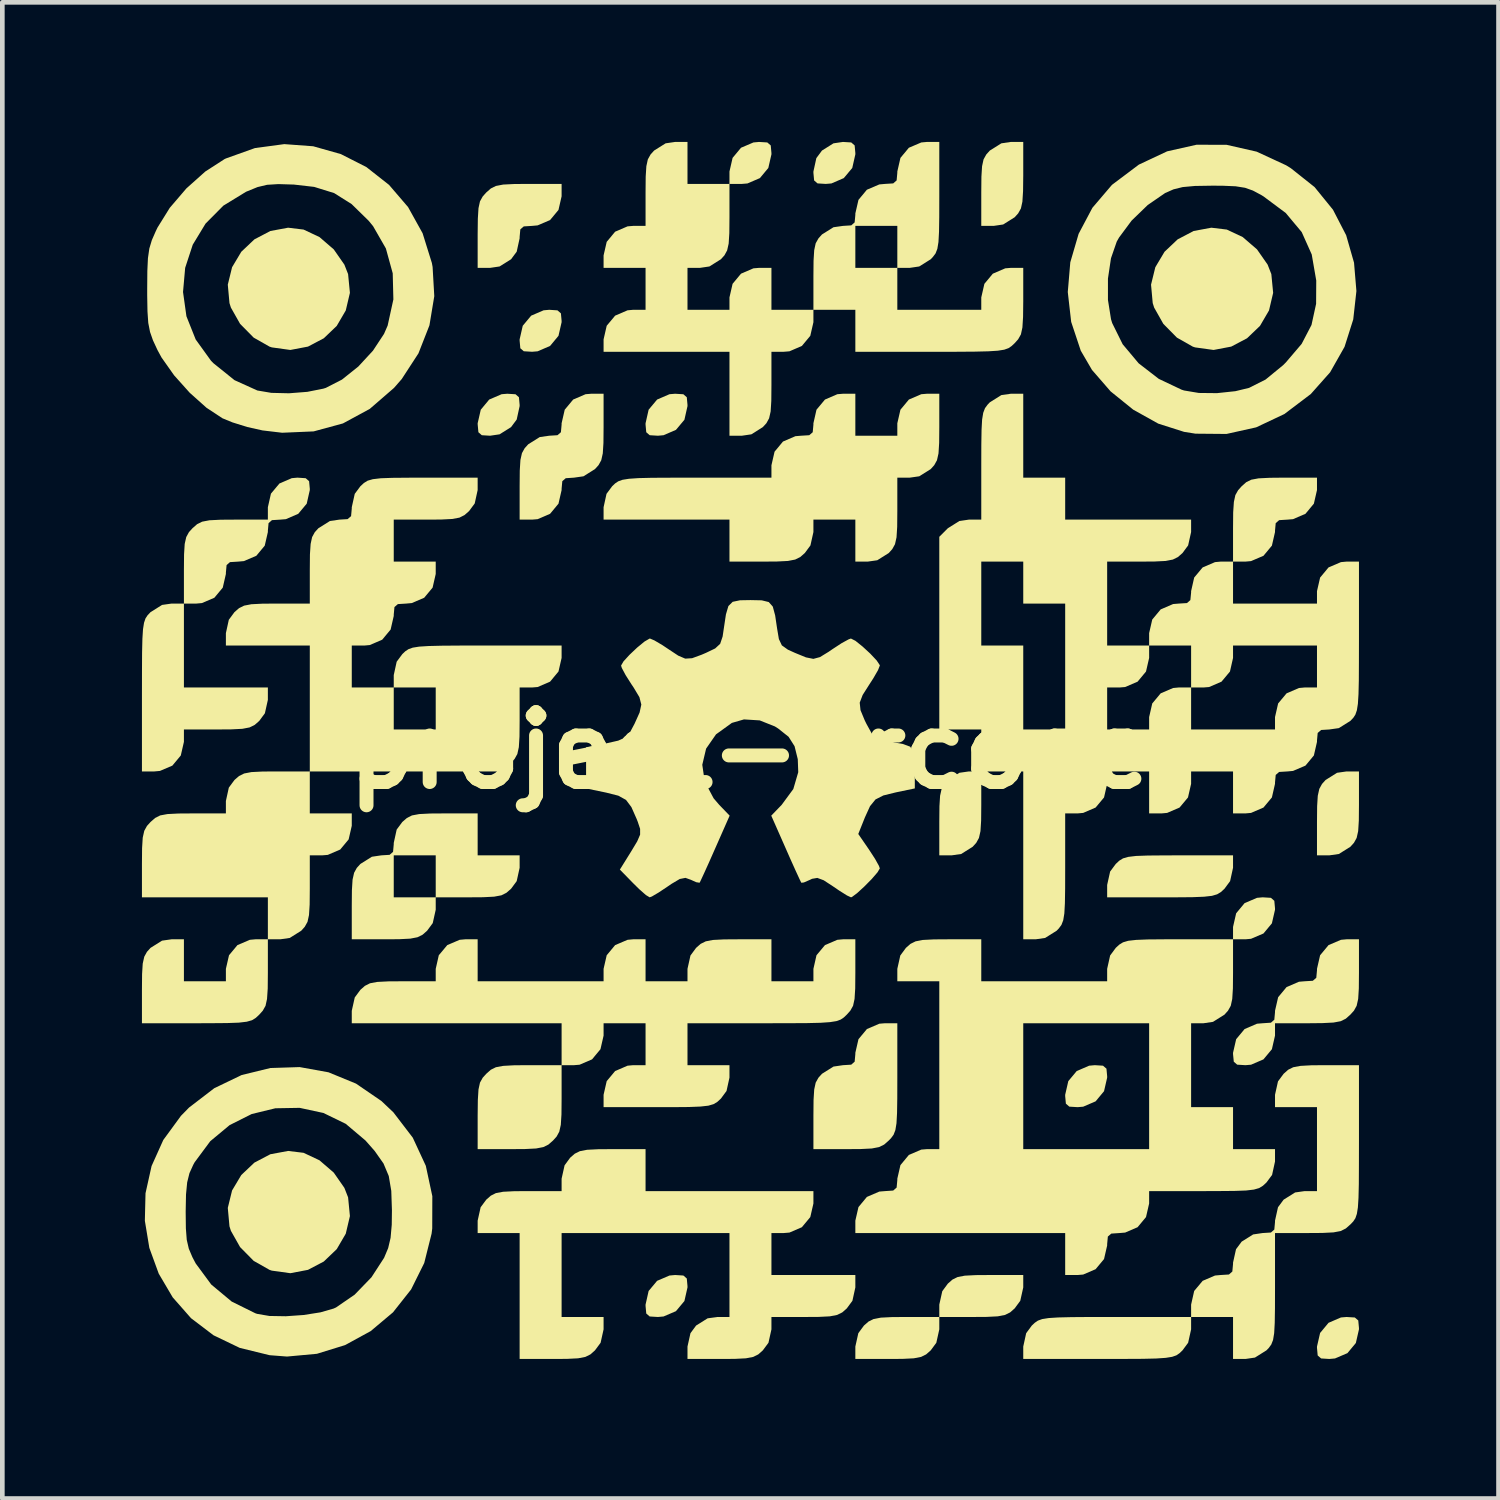
<source format=kicad_pcb>
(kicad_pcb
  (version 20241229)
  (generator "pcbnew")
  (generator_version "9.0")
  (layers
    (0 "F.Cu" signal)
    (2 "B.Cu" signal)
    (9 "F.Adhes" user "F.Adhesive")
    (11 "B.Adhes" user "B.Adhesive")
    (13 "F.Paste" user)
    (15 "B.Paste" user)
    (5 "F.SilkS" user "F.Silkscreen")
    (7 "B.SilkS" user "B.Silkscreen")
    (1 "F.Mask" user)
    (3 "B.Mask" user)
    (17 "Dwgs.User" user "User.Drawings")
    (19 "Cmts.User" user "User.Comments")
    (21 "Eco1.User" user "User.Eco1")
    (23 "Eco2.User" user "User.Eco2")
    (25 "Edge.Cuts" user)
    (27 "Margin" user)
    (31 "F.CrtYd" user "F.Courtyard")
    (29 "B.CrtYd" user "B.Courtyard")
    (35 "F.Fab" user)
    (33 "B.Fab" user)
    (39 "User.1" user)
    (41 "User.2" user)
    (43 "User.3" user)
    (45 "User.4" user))
  (footprint "project-qrcode"
    (layer "F.Cu")
    (at 13.076 13.076)
    (property "Reference" "project-qrcode" (at 0 0 0) (layer "F.SilkS") (effects (font (size 1.5 1.5) (thickness 0.3))))
    (attr board_only exclude_from_pos_files exclude_from_bom)
    (fp_poly (pts (xy -5.048 -7.654) (xy -4.975 -7.59) (xy -4.96 -7.427) (xy -4.96 -7.399) (xy -5.023 -7.111) (xy -5.144 -6.948) (xy -5.391 -6.793) (xy -5.595 -6.763) (xy -5.773 -6.774) (xy -5.846 -6.838) (xy -5.861 -7.001) (xy -5.862 -7.03) (xy -5.795 -7.322) (xy -5.614 -7.54) (xy -5.347 -7.655) (xy -5.226 -7.665)) (stroke (width 0) (type solid)) (fill yes) (layer "F.SilkS"))
    (fp_poly (pts (xy -4.147 -9.457) (xy -4.073 -9.393) (xy -4.058 -9.231) (xy -4.058 -9.202) (xy -4.125 -8.91) (xy -4.306 -8.692) (xy -4.573 -8.577) (xy -4.693 -8.567) (xy -4.871 -8.578) (xy -4.945 -8.642) (xy -4.96 -8.805) (xy -4.96 -8.833) (xy -4.893 -9.126) (xy -4.712 -9.343) (xy -4.445 -9.458) (xy -4.324 -9.469)) (stroke (width 0) (type solid)) (fill yes) (layer "F.SilkS"))
    (fp_poly (pts (xy -1.441 -7.654) (xy -1.368 -7.59) (xy -1.353 -7.427) (xy -1.353 -7.399) (xy -1.419 -7.106) (xy -1.601 -6.889) (xy -1.867 -6.774) (xy -1.988 -6.763) (xy -2.166 -6.774) (xy -2.239 -6.838) (xy -2.254 -7.001) (xy -2.254 -7.03) (xy -2.188 -7.322) (xy -2.006 -7.54) (xy -1.74 -7.655) (xy -1.619 -7.665)) (stroke (width 0) (type solid)) (fill yes) (layer "F.SilkS"))
    (fp_poly (pts (xy -1.441 11.283) (xy -1.368 11.347) (xy -1.353 11.51) (xy -1.353 11.539) (xy -1.419 11.831) (xy -1.601 12.049) (xy -1.867 12.163) (xy -1.988 12.174) (xy -2.166 12.163) (xy -2.239 12.099) (xy -2.254 11.936) (xy -2.254 11.908) (xy -2.188 11.615) (xy -2.006 11.397) (xy -1.74 11.283) (xy -1.619 11.272)) (stroke (width 0) (type solid)) (fill yes) (layer "F.SilkS"))
    (fp_poly (pts (xy 2.166 -13.065) (xy 2.239 -13.001) (xy 2.254 -12.838) (xy 2.254 -12.809) (xy 2.188 -12.517) (xy 2.006 -12.299) (xy 1.74 -12.184) (xy 1.619 -12.174) (xy 1.441 -12.185) (xy 1.368 -12.249) (xy 1.353 -12.412) (xy 1.353 -12.44) (xy 1.416 -12.728) (xy 1.537 -12.891) (xy 1.784 -13.046) (xy 1.988 -13.076)) (stroke (width 0) (type solid)) (fill yes) (layer "F.SilkS"))
    (fp_poly (pts (xy 7.576 6.774) (xy 7.65 6.838) (xy 7.665 7.001) (xy 7.665 7.03) (xy 7.598 7.322) (xy 7.417 7.54) (xy 7.15 7.655) (xy 7.03 7.665) (xy 6.852 7.654) (xy 6.778 7.59) (xy 6.763 7.427) (xy 6.763 7.399) (xy 6.83 7.106) (xy 7.011 6.889) (xy 7.278 6.774) (xy 7.399 6.763)) (stroke (width 0) (type solid)) (fill yes) (layer "F.SilkS"))
    (fp_poly (pts (xy 12.987 12.185) (xy 13.061 12.249) (xy 13.076 12.412) (xy 13.076 12.44) (xy 13.009 12.733) (xy 12.828 12.951) (xy 12.561 13.065) (xy 12.44 13.076) (xy 12.263 13.065) (xy 12.189 13.001) (xy 12.174 12.838) (xy 12.174 12.809) (xy 12.241 12.517) (xy 12.422 12.299) (xy 12.689 12.184) (xy 12.809 12.174)) (stroke (width 0) (type solid)) (fill yes) (layer "F.SilkS"))
    (fp_poly (pts (xy 5.862 -12.358) (xy 5.858 -12.019) (xy 5.844 -11.794) (xy 5.812 -11.647) (xy 5.753 -11.541) (xy 5.677 -11.457) (xy 5.43 -11.302) (xy 5.226 -11.272) (xy 4.96 -11.272) (xy 4.96 -11.99) (xy 4.963 -12.329) (xy 4.977 -12.554) (xy 5.009 -12.701) (xy 5.068 -12.807) (xy 5.144 -12.891) (xy 5.391 -13.046) (xy 5.595 -13.076) (xy 5.862 -13.076)) (stroke (width 0) (type solid)) (fill yes) (layer "F.SilkS"))
    (fp_poly (pts (xy 13.076 1.168) (xy 13.073 1.508) (xy 13.059 1.733) (xy 13.026 1.88) (xy 12.968 1.985) (xy 12.891 2.07) (xy 12.644 2.225) (xy 12.44 2.254) (xy 12.174 2.254) (xy 12.174 1.537) (xy 12.177 1.198) (xy 12.191 0.973) (xy 12.224 0.825) (xy 12.282 0.72) (xy 12.358 0.635) (xy 12.605 0.48) (xy 12.809 0.451) (xy 13.076 0.451)) (stroke (width 0) (type solid)) (fill yes) (layer "F.SilkS"))
    (fp_poly (pts (xy 10.37 2.521) (xy 10.307 2.808) (xy 10.186 2.972) (xy 10.11 3.042) (xy 10.029 3.091) (xy 9.917 3.124) (xy 9.748 3.143) (xy 9.496 3.153) (xy 9.137 3.156) (xy 8.833 3.156) (xy 7.665 3.156) (xy 7.665 2.89) (xy 7.729 2.602) (xy 7.85 2.439) (xy 7.925 2.369) (xy 8.006 2.319) (xy 8.118 2.287) (xy 8.287 2.267) (xy 8.539 2.258) (xy 8.899 2.255) (xy 9.202 2.254) (xy 10.37 2.254)) (stroke (width 0) (type solid)) (fill yes) (layer "F.SilkS"))
    (fp_poly (pts (xy -9.603 -11.193) (xy -9.261 -11.032) (xy -8.954 -10.767) (xy -8.726 -10.44) (xy -8.646 -10.236) (xy -8.607 -9.833) (xy -8.696 -9.455) (xy -8.89 -9.123) (xy -9.168 -8.857) (xy -9.508 -8.678) (xy -9.887 -8.606) (xy -10.284 -8.661) (xy -10.333 -8.677) (xy -10.675 -8.871) (xy -10.967 -9.167) (xy -11.164 -9.516) (xy -11.195 -9.613) (xy -11.231 -10.009) (xy -11.139 -10.384) (xy -10.941 -10.716) (xy -10.66 -10.982) (xy -10.317 -11.162) (xy -9.935 -11.233)) (stroke (width 0) (type solid)) (fill yes) (layer "F.SilkS"))
    (fp_poly (pts (xy -9.603 8.646) (xy -9.261 8.807) (xy -8.954 9.072) (xy -8.726 9.399) (xy -8.646 9.603) (xy -8.607 10.006) (xy -8.696 10.384) (xy -8.89 10.716) (xy -9.168 10.982) (xy -9.508 11.161) (xy -9.887 11.233) (xy -10.284 11.178) (xy -10.333 11.162) (xy -10.675 10.968) (xy -10.967 10.672) (xy -11.164 10.323) (xy -11.195 10.226) (xy -11.231 9.83) (xy -11.139 9.455) (xy -10.941 9.123) (xy -10.66 8.857) (xy -10.317 8.677) (xy -9.935 8.606)) (stroke (width 0) (type solid)) (fill yes) (layer "F.SilkS"))
    (fp_poly (pts (xy 10.236 -11.193) (xy 10.578 -11.032) (xy 10.885 -10.767) (xy 11.113 -10.44) (xy 11.193 -10.236) (xy 11.232 -9.833) (xy 11.143 -9.455) (xy 10.949 -9.123) (xy 10.671 -8.857) (xy 10.331 -8.678) (xy 9.952 -8.606) (xy 9.555 -8.661) (xy 9.506 -8.677) (xy 9.164 -8.871) (xy 8.872 -9.167) (xy 8.675 -9.516) (xy 8.644 -9.613) (xy 8.608 -10.009) (xy 8.7 -10.384) (xy 8.898 -10.716) (xy 9.179 -10.982) (xy 9.522 -11.162) (xy 9.904 -11.233)) (stroke (width 0) (type solid)) (fill yes) (layer "F.SilkS"))
    (fp_poly (pts (xy -4.058 -11.908) (xy -4.125 -11.615) (xy -4.306 -11.397) (xy -4.573 -11.283) (xy -4.693 -11.272) (xy -4.871 -11.261) (xy -4.945 -11.197) (xy -4.96 -11.034) (xy -4.96 -11.006) (xy -5.023 -10.718) (xy -5.144 -10.555) (xy -5.391 -10.4) (xy -5.595 -10.37) (xy -5.862 -10.37) (xy -5.862 -11.088) (xy -5.858 -11.427) (xy -5.844 -11.652) (xy -5.812 -11.799) (xy -5.753 -11.905) (xy -5.677 -11.99) (xy -5.579 -12.076) (xy -5.47 -12.13) (xy -5.314 -12.16) (xy -5.074 -12.172) (xy -4.775 -12.174) (xy -4.058 -12.174)) (stroke (width 0) (type solid)) (fill yes) (layer "F.SilkS"))
    (fp_poly (pts (xy 3.156 7.03) (xy 3.155 7.473) (xy 3.15 7.792) (xy 3.138 8.012) (xy 3.114 8.158) (xy 3.076 8.257) (xy 3.02 8.333) (xy 2.972 8.382) (xy 2.873 8.469) (xy 2.764 8.523) (xy 2.608 8.553) (xy 2.369 8.565) (xy 2.07 8.567) (xy 1.353 8.567) (xy 1.353 7.85) (xy 1.356 7.51) (xy 1.37 7.285) (xy 1.402 7.138) (xy 1.461 7.032) (xy 1.537 6.948) (xy 1.784 6.793) (xy 1.988 6.763) (xy 2.166 6.752) (xy 2.239 6.688) (xy 2.254 6.525) (xy 2.254 6.497) (xy 2.321 6.205) (xy 2.502 5.987) (xy 2.769 5.872) (xy 2.89 5.862) (xy 3.156 5.862)) (stroke (width 0) (type solid)) (fill yes) (layer "F.SilkS"))
    (fp_poly (pts (xy -3.156 -6.948) (xy -3.159 -6.608) (xy -3.173 -6.383) (xy -3.206 -6.236) (xy -3.264 -6.131) (xy -3.341 -6.046) (xy -3.588 -5.891) (xy -3.792 -5.862) (xy -3.969 -5.85) (xy -4.043 -5.786) (xy -4.058 -5.624) (xy -4.058 -5.595) (xy -4.125 -5.303) (xy -4.306 -5.085) (xy -4.573 -4.97) (xy -4.693 -4.96) (xy -4.96 -4.96) (xy -4.96 -5.677) (xy -4.957 -6.016) (xy -4.943 -6.242) (xy -4.91 -6.389) (xy -4.852 -6.494) (xy -4.775 -6.579) (xy -4.528 -6.734) (xy -4.324 -6.763) (xy -4.147 -6.774) (xy -4.073 -6.838) (xy -4.058 -7.001) (xy -4.058 -7.03) (xy -3.991 -7.322) (xy -3.81 -7.54) (xy -3.543 -7.655) (xy -3.423 -7.665) (xy -3.156 -7.665)) (stroke (width 0) (type solid)) (fill yes) (layer "F.SilkS"))
    (fp_poly (pts (xy 5.862 11.539) (xy 5.798 11.826) (xy 5.677 11.99) (xy 5.579 12.076) (xy 5.47 12.13) (xy 5.314 12.16) (xy 5.074 12.172) (xy 4.775 12.174) (xy 4.058 12.174) (xy 4.058 12.44) (xy 3.994 12.728) (xy 3.874 12.891) (xy 3.775 12.978) (xy 3.666 13.032) (xy 3.51 13.062) (xy 3.271 13.074) (xy 2.972 13.076) (xy 2.254 13.076) (xy 2.254 12.809) (xy 2.318 12.522) (xy 2.439 12.358) (xy 2.537 12.272) (xy 2.646 12.218) (xy 2.802 12.188) (xy 3.042 12.176) (xy 3.341 12.174) (xy 4.058 12.174) (xy 4.058 11.908) (xy 4.122 11.62) (xy 4.242 11.457) (xy 4.341 11.37) (xy 4.45 11.316) (xy 4.606 11.286) (xy 4.845 11.274) (xy 5.144 11.272) (xy 5.862 11.272)) (stroke (width 0) (type solid)) (fill yes) (layer "F.SilkS"))
    (fp_poly (pts (xy 13.076 4.775) (xy 13.073 5.115) (xy 13.059 5.34) (xy 13.026 5.487) (xy 12.968 5.592) (xy 12.891 5.677) (xy 12.793 5.764) (xy 12.684 5.818) (xy 12.528 5.847) (xy 12.289 5.859) (xy 11.99 5.862) (xy 11.272 5.862) (xy 11.272 6.128) (xy 11.205 6.42) (xy 11.024 6.638) (xy 10.757 6.753) (xy 10.637 6.763) (xy 10.459 6.752) (xy 10.386 6.688) (xy 10.37 6.525) (xy 10.37 6.497) (xy 10.437 6.205) (xy 10.618 5.987) (xy 10.885 5.872) (xy 11.006 5.862) (xy 11.184 5.85) (xy 11.257 5.786) (xy 11.272 5.624) (xy 11.272 5.595) (xy 11.339 5.303) (xy 11.52 5.085) (xy 11.787 4.97) (xy 11.908 4.96) (xy 12.085 4.949) (xy 12.159 4.885) (xy 12.174 4.722) (xy 12.174 4.693) (xy 12.241 4.401) (xy 12.422 4.183) (xy 12.689 4.069) (xy 12.809 4.058) (xy 13.076 4.058)) (stroke (width 0) (type solid)) (fill yes) (layer "F.SilkS"))
    (fp_poly (pts (xy -5.862 1.804) (xy -5.862 2.254) (xy -5.411 2.254) (xy -4.96 2.254) (xy -4.96 2.521) (xy -5.023 2.808) (xy -5.144 2.972) (xy -5.243 3.058) (xy -5.352 3.113) (xy -5.508 3.142) (xy -5.747 3.154) (xy -6.046 3.156) (xy -6.763 3.156) (xy -6.763 3.423) (xy -6.827 3.71) (xy -6.948 3.874) (xy -7.046 3.96) (xy -7.155 4.014) (xy -7.311 4.044) (xy -7.55 4.056) (xy -7.85 4.058) (xy -8.567 4.058) (xy -8.567 3.341) (xy -8.564 3.001) (xy -8.55 2.776) (xy -8.534 2.705) (xy -7.665 2.705) (xy -7.665 3.156) (xy -7.214 3.156) (xy -6.763 3.156) (xy -6.763 2.705) (xy -6.763 2.254) (xy -7.214 2.254) (xy -7.665 2.254) (xy -7.665 2.705) (xy -8.534 2.705) (xy -8.517 2.629) (xy -8.459 2.524) (xy -8.382 2.439) (xy -8.135 2.284) (xy -7.932 2.254) (xy -7.754 2.243) (xy -7.68 2.179) (xy -7.665 2.016) (xy -7.665 1.988) (xy -7.602 1.7) (xy -7.481 1.537) (xy -7.382 1.451) (xy -7.273 1.396) (xy -7.117 1.367) (xy -6.878 1.355) (xy -6.579 1.353) (xy -5.862 1.353)) (stroke (width 0) (type solid)) (fill yes) (layer "F.SilkS"))
    (fp_poly (pts (xy 2.254 -7.214) (xy 2.254 -6.763) (xy 2.705 -6.763) (xy 3.156 -6.763) (xy 3.156 -7.03) (xy 3.223 -7.322) (xy 3.404 -7.54) (xy 3.671 -7.655) (xy 3.792 -7.665) (xy 4.058 -7.665) (xy 4.058 -6.948) (xy 4.055 -6.608) (xy 4.041 -6.383) (xy 4.008 -6.236) (xy 3.95 -6.131) (xy 3.874 -6.046) (xy 3.627 -5.891) (xy 3.423 -5.862) (xy 3.156 -5.862) (xy 3.156 -5.144) (xy 3.153 -4.805) (xy 3.139 -4.58) (xy 3.106 -4.432) (xy 3.048 -4.327) (xy 2.972 -4.242) (xy 2.725 -4.087) (xy 2.521 -4.058) (xy 2.254 -4.058) (xy 2.254 -4.509) (xy 2.254 -4.96) (xy 1.804 -4.96) (xy 1.353 -4.96) (xy 1.353 -4.693) (xy 1.289 -4.406) (xy 1.168 -4.242) (xy 1.07 -4.156) (xy 0.961 -4.102) (xy 0.805 -4.072) (xy 0.565 -4.06) (xy 0.266 -4.058) (xy -0.451 -4.058) (xy -0.451 -4.509) (xy -0.451 -4.96) (xy -1.804 -4.96) (xy -3.156 -4.96) (xy -3.156 -5.226) (xy -3.093 -5.514) (xy -2.972 -5.677) (xy -2.908 -5.738) (xy -2.841 -5.783) (xy -2.749 -5.816) (xy -2.611 -5.838) (xy -2.408 -5.852) (xy -2.117 -5.859) (xy -1.718 -5.861) (xy -1.191 -5.862) (xy -1.168 -5.862) (xy 0.451 -5.862) (xy 0.451 -6.128) (xy 0.518 -6.42) (xy 0.699 -6.638) (xy 0.966 -6.753) (xy 1.086 -6.763) (xy 1.264 -6.774) (xy 1.338 -6.838) (xy 1.353 -7.001) (xy 1.353 -7.03) (xy 1.419 -7.322) (xy 1.601 -7.54) (xy 1.867 -7.655) (xy 1.988 -7.665) (xy 2.254 -7.665)) (stroke (width 0) (type solid)) (fill yes) (layer "F.SilkS"))
    (fp_poly (pts (xy -9.557 -5.85) (xy -9.484 -5.786) (xy -9.469 -5.624) (xy -9.469 -5.595) (xy -9.535 -5.303) (xy -9.717 -5.085) (xy -9.983 -4.97) (xy -10.104 -4.96) (xy -10.282 -4.949) (xy -10.355 -4.885) (xy -10.37 -4.722) (xy -10.37 -4.693) (xy -10.437 -4.401) (xy -10.618 -4.183) (xy -10.885 -4.069) (xy -11.006 -4.058) (xy -11.184 -4.047) (xy -11.257 -3.983) (xy -11.272 -3.82) (xy -11.272 -3.792) (xy -11.339 -3.499) (xy -11.52 -3.281) (xy -11.787 -3.167) (xy -11.908 -3.156) (xy -12.174 -3.156) (xy -12.174 -2.254) (xy -12.174 -1.353) (xy -11.272 -1.353) (xy -10.37 -1.353) (xy -10.37 -1.086) (xy -10.434 -0.799) (xy -10.555 -0.635) (xy -10.653 -0.549) (xy -10.762 -0.495) (xy -10.918 -0.465) (xy -11.158 -0.453) (xy -11.457 -0.451) (xy -12.174 -0.451) (xy -12.174 -0.184) (xy -12.241 0.108) (xy -12.422 0.326) (xy -12.689 0.44) (xy -12.809 0.451) (xy -13.076 0.451) (xy -13.076 -1.168) (xy -13.075 -1.701) (xy -13.073 -2.104) (xy -13.066 -2.398) (xy -13.053 -2.605) (xy -13.031 -2.744) (xy -12.999 -2.838) (xy -12.954 -2.906) (xy -12.894 -2.969) (xy -12.891 -2.972) (xy -12.644 -3.127) (xy -12.44 -3.156) (xy -12.174 -3.156) (xy -12.174 -3.874) (xy -12.171 -4.213) (xy -12.157 -4.438) (xy -12.124 -4.585) (xy -12.066 -4.691) (xy -11.99 -4.775) (xy -11.891 -4.862) (xy -11.782 -4.916) (xy -11.626 -4.946) (xy -11.387 -4.958) (xy -11.088 -4.96) (xy -10.37 -4.96) (xy -10.37 -5.226) (xy -10.304 -5.518) (xy -10.122 -5.736) (xy -9.856 -5.851) (xy -9.735 -5.862)) (stroke (width 0) (type solid)) (fill yes) (layer "F.SilkS"))
    (fp_poly (pts (xy 10.232 -13.014) (xy 10.878 -12.867) (xy 11.511 -12.574) (xy 11.614 -12.51) (xy 12.122 -12.106) (xy 12.518 -11.619) (xy 12.801 -11.071) (xy 12.97 -10.481) (xy 13.021 -9.872) (xy 12.953 -9.262) (xy 12.766 -8.673) (xy 12.456 -8.126) (xy 12.041 -7.659) (xy 11.473 -7.229) (xy 10.867 -6.943) (xy 10.229 -6.801) (xy 9.564 -6.807) (xy 9.318 -6.846) (xy 8.763 -7.023) (xy 8.225 -7.323) (xy 7.739 -7.716) (xy 7.339 -8.177) (xy 7.098 -8.59) (xy 6.892 -9.209) (xy 6.838 -9.682) (xy 7.682 -9.682) (xy 7.748 -9.266) (xy 7.773 -9.184) (xy 7.998 -8.729) (xy 8.342 -8.319) (xy 8.774 -7.985) (xy 9.263 -7.753) (xy 9.318 -7.735) (xy 9.635 -7.682) (xy 10.025 -7.678) (xy 10.42 -7.72) (xy 10.714 -7.791) (xy 11.069 -7.97) (xy 11.445 -8.278) (xy 11.504 -8.337) (xy 11.844 -8.736) (xy 12.056 -9.143) (xy 12.155 -9.597) (xy 12.158 -10.098) (xy 12.061 -10.658) (xy 11.846 -11.138) (xy 11.503 -11.549) (xy 11.024 -11.906) (xy 10.977 -11.935) (xy 10.797 -12.031) (xy 10.628 -12.091) (xy 10.425 -12.123) (xy 10.144 -12.135) (xy 9.92 -12.136) (xy 9.551 -12.13) (xy 9.288 -12.106) (xy 9.09 -12.057) (xy 8.911 -11.978) (xy 8.905 -11.974) (xy 8.537 -11.721) (xy 8.19 -11.385) (xy 7.92 -11.021) (xy 7.871 -10.934) (xy 7.747 -10.576) (xy 7.682 -10.139) (xy 7.682 -9.682) (xy 6.838 -9.682) (xy 6.819 -9.851) (xy 6.873 -10.49) (xy 7.052 -11.102) (xy 7.348 -11.661) (xy 7.759 -12.143) (xy 7.78 -12.163) (xy 8.347 -12.589) (xy 8.954 -12.874) (xy 9.586 -13.016)) (stroke (width 0) (type solid)) (fill yes) (layer "F.SilkS"))
    (fp_poly (pts (xy -2.254 9.018) (xy -2.254 9.469) (xy -0.451 9.469) (xy 1.353 9.469) (xy 1.353 9.735) (xy 1.286 10.027) (xy 1.105 10.245) (xy 0.838 10.36) (xy 0.717 10.37) (xy 0.451 10.37) (xy 0.451 10.821) (xy 0.451 11.272) (xy 1.353 11.272) (xy 2.254 11.272) (xy 2.254 11.539) (xy 2.191 11.826) (xy 2.07 11.99) (xy 1.972 12.076) (xy 1.862 12.13) (xy 1.706 12.16) (xy 1.467 12.172) (xy 1.168 12.174) (xy 0.451 12.174) (xy 0.451 12.44) (xy 0.387 12.728) (xy 0.266 12.891) (xy 0.168 12.978) (xy 0.059 13.032) (xy -0.097 13.062) (xy -0.336 13.074) (xy -0.635 13.076) (xy -1.353 13.076) (xy -1.353 12.809) (xy -1.289 12.522) (xy -1.168 12.358) (xy -0.921 12.203) (xy -0.717 12.174) (xy -0.451 12.174) (xy -0.451 11.272) (xy -0.451 10.37) (xy -2.254 10.37) (xy -4.058 10.37) (xy -4.058 11.272) (xy -4.058 12.174) (xy -3.607 12.174) (xy -3.156 12.174) (xy -3.156 12.44) (xy -3.22 12.728) (xy -3.341 12.891) (xy -3.439 12.978) (xy -3.548 13.032) (xy -3.704 13.062) (xy -3.943 13.074) (xy -4.242 13.076) (xy -4.96 13.076) (xy -4.96 11.723) (xy -4.96 10.37) (xy -5.411 10.37) (xy -5.862 10.37) (xy -5.862 10.104) (xy -5.798 9.816) (xy -5.677 9.653) (xy -5.579 9.567) (xy -5.47 9.512) (xy -5.314 9.483) (xy -5.074 9.471) (xy -4.775 9.469) (xy -4.058 9.469) (xy -4.058 9.202) (xy -3.994 8.915) (xy -3.874 8.751) (xy -3.775 8.665) (xy -3.666 8.611) (xy -3.51 8.581) (xy -3.271 8.569) (xy -2.972 8.567) (xy -2.254 8.567)) (stroke (width 0) (type solid)) (fill yes) (layer "F.SilkS"))
    (fp_poly (pts (xy -9.067 6.916) (xy -8.476 7.159) (xy -7.931 7.532) (xy -7.673 7.776) (xy -7.256 8.321) (xy -6.976 8.925) (xy -6.836 9.578) (xy -6.838 10.272) (xy -6.852 10.384) (xy -7.01 11.014) (xy -7.292 11.582) (xy -7.681 12.074) (xy -8.16 12.477) (xy -8.711 12.778) (xy -9.316 12.965) (xy -9.959 13.024) (xy -10.333 12.995) (xy -10.974 12.838) (xy -11.538 12.567) (xy -12.021 12.2) (xy -12.415 11.752) (xy -12.715 11.243) (xy -12.917 10.689) (xy -13.013 10.107) (xy -13.009 9.92) (xy -12.136 9.92) (xy -12.132 10.269) (xy -12.113 10.516) (xy -12.069 10.706) (xy -11.992 10.888) (xy -11.921 11.023) (xy -11.587 11.476) (xy -11.148 11.842) (xy -10.639 12.094) (xy -10.6 12.107) (xy -10.337 12.152) (xy -9.985 12.158) (xy -9.6 12.131) (xy -9.239 12.074) (xy -8.958 11.993) (xy -8.905 11.969) (xy -8.505 11.694) (xy -8.144 11.321) (xy -7.874 10.905) (xy -7.873 10.904) (xy -7.785 10.694) (xy -7.733 10.473) (xy -7.708 10.193) (xy -7.704 9.882) (xy -7.718 9.464) (xy -7.772 9.145) (xy -7.885 8.876) (xy -8.075 8.606) (xy -8.273 8.381) (xy -8.697 8.023) (xy -9.176 7.79) (xy -9.687 7.68) (xy -10.209 7.689) (xy -10.718 7.813) (xy -11.192 8.051) (xy -11.608 8.397) (xy -11.944 8.85) (xy -11.974 8.905) (xy -12.055 9.084) (xy -12.104 9.281) (xy -12.129 9.541) (xy -12.136 9.906) (xy -12.136 9.92) (xy -13.009 9.92) (xy -12.999 9.515) (xy -12.869 8.93) (xy -12.617 8.37) (xy -12.238 7.852) (xy -12.063 7.673) (xy -11.522 7.258) (xy -10.934 6.975) (xy -10.316 6.824) (xy -9.687 6.804)) (stroke (width 0) (type solid)) (fill yes) (layer "F.SilkS"))
    (fp_poly (pts (xy -9.396 -12.983) (xy -8.802 -12.815) (xy -8.253 -12.536) (xy -7.766 -12.153) (xy -7.357 -11.676) (xy -7.045 -11.114) (xy -6.846 -10.476) (xy -6.83 -10.389) (xy -6.794 -9.762) (xy -6.898 -9.135) (xy -7.134 -8.533) (xy -7.494 -7.98) (xy -7.66 -7.79) (xy -8.181 -7.339) (xy -8.757 -7.027) (xy -9.386 -6.856) (xy -10.063 -6.827) (xy -10.485 -6.877) (xy -10.812 -6.95) (xy -11.132 -7.05) (xy -11.346 -7.138) (xy -11.689 -7.364) (xy -12.049 -7.686) (xy -12.384 -8.06) (xy -12.655 -8.444) (xy -12.742 -8.604) (xy -12.839 -8.813) (xy -12.902 -8.993) (xy -12.94 -9.187) (xy -12.957 -9.435) (xy -12.963 -9.778) (xy -12.963 -9.851) (xy -12.193 -9.851) (xy -12.12 -9.33) (xy -11.921 -8.831) (xy -11.593 -8.376) (xy -11.542 -8.323) (xy -11.087 -7.957) (xy -10.596 -7.735) (xy -10.295 -7.684) (xy -9.916 -7.675) (xy -9.522 -7.706) (xy -9.18 -7.774) (xy -9.125 -7.791) (xy -8.778 -7.969) (xy -8.427 -8.249) (xy -8.112 -8.59) (xy -7.874 -8.951) (xy -7.796 -9.13) (xy -7.673 -9.692) (xy -7.687 -10.253) (xy -7.834 -10.787) (xy -8.109 -11.266) (xy -8.204 -11.382) (xy -8.571 -11.741) (xy -8.946 -11.977) (xy -9.375 -12.11) (xy -9.811 -12.16) (xy -10.145 -12.17) (xy -10.386 -12.155) (xy -10.592 -12.106) (xy -10.82 -12.013) (xy -10.839 -12.005) (xy -11.326 -11.707) (xy -11.709 -11.321) (xy -11.984 -10.868) (xy -12.147 -10.371) (xy -12.193 -9.851) (xy -12.963 -9.851) (xy -12.963 -9.92) (xy -12.96 -10.304) (xy -12.947 -10.579) (xy -12.917 -10.786) (xy -12.863 -10.966) (xy -12.778 -11.16) (xy -12.742 -11.235) (xy -12.478 -11.66) (xy -12.121 -12.077) (xy -11.715 -12.44) (xy -11.303 -12.706) (xy -11.272 -12.721) (xy -10.648 -12.944) (xy -10.017 -13.029)) (stroke (width 0) (type solid)) (fill yes) (layer "F.SilkS"))
    (fp_poly (pts (xy 13.076 8.382) (xy 13.075 8.915) (xy 13.073 9.318) (xy 13.066 9.612) (xy 13.053 9.819) (xy 13.031 9.958) (xy 12.999 10.052) (xy 12.954 10.12) (xy 12.894 10.183) (xy 12.891 10.186) (xy 12.793 10.272) (xy 12.684 10.327) (xy 12.528 10.356) (xy 12.289 10.368) (xy 11.99 10.37) (xy 11.272 10.37) (xy 11.272 11.539) (xy 11.271 11.982) (xy 11.266 12.301) (xy 11.254 12.521) (xy 11.23 12.667) (xy 11.192 12.765) (xy 11.136 12.842) (xy 11.088 12.891) (xy 10.841 13.046) (xy 10.637 13.076) (xy 10.37 13.076) (xy 10.37 12.625) (xy 10.37 12.174) (xy 9.92 12.174) (xy 9.469 12.174) (xy 9.469 12.44) (xy 9.405 12.728) (xy 9.284 12.891) (xy 9.22 12.952) (xy 9.153 12.998) (xy 9.061 13.03) (xy 8.924 13.052) (xy 8.72 13.066) (xy 8.429 13.073) (xy 8.031 13.075) (xy 7.504 13.076) (xy 7.481 13.076) (xy 5.862 13.076) (xy 5.862 12.809) (xy 5.925 12.522) (xy 6.046 12.358) (xy 6.11 12.298) (xy 6.177 12.252) (xy 6.269 12.219) (xy 6.407 12.197) (xy 6.61 12.184) (xy 6.901 12.177) (xy 7.299 12.174) (xy 7.826 12.174) (xy 7.85 12.174) (xy 9.469 12.174) (xy 9.469 11.908) (xy 9.535 11.615) (xy 9.717 11.397) (xy 9.983 11.283) (xy 10.104 11.272) (xy 10.282 11.261) (xy 10.355 11.197) (xy 10.37 11.034) (xy 10.37 11.006) (xy 10.434 10.718) (xy 10.555 10.555) (xy 10.802 10.4) (xy 11.006 10.37) (xy 11.184 10.359) (xy 11.257 10.295) (xy 11.272 10.132) (xy 11.272 10.104) (xy 11.336 9.816) (xy 11.457 9.653) (xy 11.704 9.498) (xy 11.908 9.469) (xy 12.174 9.469) (xy 12.174 8.567) (xy 12.174 7.665) (xy 11.723 7.665) (xy 11.272 7.665) (xy 11.272 7.399) (xy 11.336 7.111) (xy 11.457 6.948) (xy 11.555 6.861) (xy 11.664 6.807) (xy 11.82 6.778) (xy 12.059 6.765) (xy 12.358 6.763) (xy 13.076 6.763)) (stroke (width 0) (type solid)) (fill yes) (layer "F.SilkS"))
    (fp_poly (pts (xy 11.184 3.167) (xy 11.257 3.231) (xy 11.272 3.394) (xy 11.272 3.423) (xy 11.205 3.715) (xy 11.024 3.933) (xy 10.757 4.047) (xy 10.637 4.058) (xy 10.37 4.058) (xy 10.37 4.775) (xy 10.367 5.115) (xy 10.353 5.34) (xy 10.321 5.487) (xy 10.262 5.592) (xy 10.186 5.677) (xy 9.939 5.832) (xy 9.735 5.862) (xy 9.469 5.862) (xy 9.469 6.763) (xy 9.469 7.665) (xy 9.92 7.665) (xy 10.37 7.665) (xy 10.37 8.116) (xy 10.37 8.567) (xy 10.821 8.567) (xy 11.272 8.567) (xy 11.272 8.833) (xy 11.209 9.121) (xy 11.088 9.284) (xy 11.012 9.354) (xy 10.931 9.404) (xy 10.819 9.436) (xy 10.65 9.456) (xy 10.398 9.465) (xy 10.039 9.468) (xy 9.735 9.469) (xy 8.567 9.469) (xy 8.567 9.735) (xy 8.5 10.027) (xy 8.319 10.245) (xy 8.052 10.36) (xy 7.932 10.37) (xy 7.754 10.382) (xy 7.68 10.446) (xy 7.665 10.608) (xy 7.665 10.637) (xy 7.598 10.929) (xy 7.417 11.147) (xy 7.15 11.262) (xy 7.03 11.272) (xy 6.763 11.272) (xy 6.763 10.821) (xy 6.763 10.37) (xy 4.509 10.37) (xy 2.254 10.37) (xy 2.254 10.104) (xy 2.321 9.812) (xy 2.502 9.594) (xy 2.769 9.479) (xy 2.89 9.469) (xy 3.068 9.457) (xy 3.141 9.393) (xy 3.156 9.231) (xy 3.156 9.202) (xy 3.223 8.91) (xy 3.404 8.692) (xy 3.671 8.577) (xy 3.792 8.567) (xy 4.058 8.567) (xy 4.058 7.214) (xy 5.862 7.214) (xy 5.862 8.567) (xy 7.214 8.567) (xy 8.567 8.567) (xy 8.567 7.214) (xy 8.567 5.862) (xy 7.214 5.862) (xy 5.862 5.862) (xy 5.862 7.214) (xy 4.058 7.214) (xy 4.058 6.763) (xy 4.058 4.96) (xy 3.607 4.96) (xy 3.156 4.96) (xy 3.156 4.693) (xy 3.22 4.406) (xy 3.341 4.242) (xy 3.439 4.156) (xy 3.548 4.102) (xy 3.704 4.072) (xy 3.943 4.06) (xy 4.242 4.058) (xy 4.96 4.058) (xy 4.96 4.509) (xy 4.96 4.96) (xy 6.312 4.96) (xy 7.665 4.96) (xy 7.665 4.693) (xy 7.729 4.406) (xy 7.85 4.242) (xy 7.925 4.173) (xy 8.006 4.123) (xy 8.118 4.09) (xy 8.287 4.071) (xy 8.539 4.061) (xy 8.899 4.058) (xy 9.202 4.058) (xy 10.37 4.058) (xy 10.37 3.792) (xy 10.437 3.499) (xy 10.618 3.281) (xy 10.885 3.167) (xy 11.006 3.156)) (stroke (width 0) (type solid)) (fill yes) (layer "F.SilkS"))
    (fp_poly (pts (xy -5.862 4.509) (xy -5.862 4.96) (xy -4.509 4.96) (xy -3.156 4.96) (xy -3.156 4.693) (xy -3.089 4.401) (xy -2.908 4.183) (xy -2.641 4.069) (xy -2.521 4.058) (xy -2.254 4.058) (xy -2.254 4.509) (xy -2.254 4.96) (xy -1.804 4.96) (xy -1.353 4.96) (xy -1.353 4.693) (xy -1.289 4.406) (xy -1.168 4.242) (xy -1.07 4.156) (xy -0.961 4.102) (xy -0.805 4.072) (xy -0.565 4.06) (xy -0.266 4.058) (xy 0.451 4.058) (xy 0.451 4.509) (xy 0.451 4.96) (xy 0.902 4.96) (xy 1.353 4.96) (xy 1.353 4.693) (xy 1.419 4.401) (xy 1.601 4.183) (xy 1.867 4.069) (xy 1.988 4.058) (xy 2.254 4.058) (xy 2.254 4.775) (xy 2.251 5.115) (xy 2.237 5.34) (xy 2.205 5.487) (xy 2.146 5.592) (xy 2.07 5.677) (xy 2.006 5.738) (xy 1.939 5.783) (xy 1.847 5.816) (xy 1.709 5.838) (xy 1.506 5.852) (xy 1.215 5.859) (xy 0.817 5.861) (xy 0.289 5.862) (xy 0.266 5.862) (xy -1.353 5.862) (xy -1.353 6.312) (xy -1.353 6.763) (xy -0.902 6.763) (xy -0.451 6.763) (xy -0.451 7.03) (xy -0.514 7.317) (xy -0.635 7.481) (xy -0.711 7.551) (xy -0.792 7.6) (xy -0.904 7.633) (xy -1.073 7.652) (xy -1.325 7.662) (xy -1.684 7.665) (xy -1.988 7.665) (xy -3.156 7.665) (xy -3.156 7.399) (xy -3.089 7.106) (xy -2.908 6.889) (xy -2.641 6.774) (xy -2.521 6.763) (xy -2.254 6.763) (xy -2.254 6.312) (xy -2.254 5.862) (xy -2.705 5.862) (xy -3.156 5.862) (xy -3.156 6.128) (xy -3.223 6.42) (xy -3.404 6.638) (xy -3.671 6.753) (xy -3.792 6.763) (xy -4.058 6.763) (xy -4.058 7.481) (xy -4.061 7.82) (xy -4.075 8.045) (xy -4.108 8.192) (xy -4.166 8.298) (xy -4.242 8.382) (xy -4.341 8.469) (xy -4.45 8.523) (xy -4.606 8.553) (xy -4.845 8.565) (xy -5.144 8.567) (xy -5.862 8.567) (xy -5.862 7.85) (xy -5.858 7.51) (xy -5.844 7.285) (xy -5.812 7.138) (xy -5.753 7.032) (xy -5.677 6.948) (xy -5.579 6.861) (xy -5.47 6.807) (xy -5.314 6.778) (xy -5.074 6.765) (xy -4.775 6.763) (xy -4.058 6.763) (xy -4.058 6.312) (xy -4.058 5.862) (xy -6.312 5.862) (xy -8.567 5.862) (xy -8.567 5.595) (xy -8.503 5.308) (xy -8.382 5.144) (xy -8.284 5.058) (xy -8.175 5.003) (xy -8.019 4.974) (xy -7.78 4.962) (xy -7.481 4.96) (xy -6.763 4.96) (xy -6.763 4.693) (xy -6.697 4.401) (xy -6.515 4.183) (xy -6.249 4.069) (xy -6.128 4.058) (xy -5.862 4.058)) (stroke (width 0) (type solid)) (fill yes) (layer "F.SilkS"))
    (fp_poly (pts (xy 0.242 -3.226) (xy 0.393 -3.189) (xy 0.48 -3.091) (xy 0.531 -2.901) (xy 0.572 -2.624) (xy 0.611 -2.393) (xy 0.675 -2.258) (xy 0.804 -2.166) (xy 0.956 -2.097) (xy 1.193 -2) (xy 1.352 -1.968) (xy 1.494 -2.006) (xy 1.68 -2.12) (xy 1.766 -2.179) (xy 1.962 -2.307) (xy 2.111 -2.388) (xy 2.159 -2.405) (xy 2.256 -2.356) (xy 2.408 -2.234) (xy 2.574 -2.081) (xy 2.712 -1.934) (xy 2.779 -1.833) (xy 2.78 -1.824) (xy 2.741 -1.725) (xy 2.64 -1.55) (xy 2.556 -1.42) (xy 2.411 -1.192) (xy 2.348 -1.027) (xy 2.365 -0.865) (xy 2.455 -0.648) (xy 2.492 -0.572) (xy 2.605 -0.367) (xy 2.721 -0.258) (xy 2.896 -0.204) (xy 2.99 -0.189) (xy 3.268 -0.141) (xy 3.43 -0.082) (xy 3.507 0.022) (xy 3.53 0.205) (xy 3.532 0.378) (xy 3.532 0.816) (xy 3.124 0.901) (xy 2.856 0.967) (xy 2.687 1.053) (xy 2.569 1.198) (xy 2.458 1.442) (xy 2.443 1.48) (xy 2.317 1.795) (xy 2.549 2.132) (xy 2.678 2.331) (xy 2.762 2.482) (xy 2.78 2.535) (xy 2.73 2.619) (xy 2.606 2.763) (xy 2.446 2.925) (xy 2.291 3.067) (xy 2.181 3.149) (xy 2.16 3.156) (xy 2.074 3.116) (xy 1.91 3.013) (xy 1.778 2.923) (xy 1.573 2.789) (xy 1.437 2.739) (xy 1.324 2.758) (xy 1.281 2.779) (xy 1.148 2.837) (xy 1.093 2.843) (xy 1.056 2.768) (xy 0.972 2.586) (xy 0.855 2.326) (xy 0.76 2.11) (xy 0.447 1.401) (xy 0.67 1.17) (xy 0.921 0.829) (xy 1.027 0.467) (xy 1.017 0.188) (xy 0.948 -0.091) (xy 0.82 -0.293) (xy 0.596 -0.471) (xy 0.525 -0.516) (xy 0.199 -0.646) (xy -0.139 -0.667) (xy -0.399 -0.592) (xy -0.74 -0.346) (xy -0.953 -0.039) (xy -1.035 0.308) (xy -0.982 0.672) (xy -0.791 1.029) (xy -0.67 1.17) (xy -0.447 1.401) (xy -0.76 2.11) (xy -0.891 2.406) (xy -1 2.647) (xy -1.072 2.802) (xy -1.093 2.843) (xy -1.166 2.831) (xy -1.281 2.779) (xy -1.396 2.738) (xy -1.519 2.762) (xy -1.693 2.865) (xy -1.778 2.923) (xy -1.973 3.053) (xy -2.118 3.138) (xy -2.166 3.156) (xy -2.247 3.107) (xy -2.392 2.979) (xy -2.515 2.858) (xy -2.806 2.56) (xy -2.564 2.171) (xy -2.433 1.953) (xy -2.371 1.809) (xy -2.371 1.685) (xy -2.423 1.529) (xy -2.445 1.473) (xy -2.559 1.216) (xy -2.674 1.063) (xy -2.839 0.972) (xy -3.1 0.906) (xy -3.124 0.901) (xy -3.532 0.816) (xy -3.532 0.374) (xy -3.532 -0.068) (xy -3.092 -0.154) (xy -2.841 -0.211) (xy -2.689 -0.279) (xy -2.587 -0.393) (xy -2.491 -0.573) (xy -2.382 -0.815) (xy -2.345 -0.986) (xy -2.386 -1.145) (xy -2.509 -1.35) (xy -2.556 -1.42) (xy -2.683 -1.62) (xy -2.764 -1.772) (xy -2.78 -1.824) (xy -2.728 -1.914) (xy -2.598 -2.056) (xy -2.434 -2.211) (xy -2.277 -2.34) (xy -2.169 -2.403) (xy -2.159 -2.405) (xy -2.065 -2.365) (xy -1.893 -2.264) (xy -1.766 -2.179) (xy -1.551 -2.037) (xy -1.401 -1.973) (xy -1.254 -1.982) (xy -1.052 -2.056) (xy -0.956 -2.097) (xy -0.758 -2.192) (xy -0.651 -2.291) (xy -0.598 -2.448) (xy -0.572 -2.624) (xy -0.527 -2.923) (xy -0.474 -3.103) (xy -0.382 -3.194) (xy -0.224 -3.227) (xy 0 -3.231)) (stroke (width 0) (type solid)) (fill yes) (layer "F.SilkS"))
    (fp_poly (pts (xy -1.353 -12.625) (xy -1.353 -12.174) (xy -0.902 -12.174) (xy -0.451 -12.174) (xy -0.451 -12.44) (xy -0.384 -12.733) (xy -0.203 -12.951) (xy 0.064 -13.065) (xy 0.184 -13.076) (xy 0.362 -13.065) (xy 0.436 -13.001) (xy 0.451 -12.838) (xy 0.451 -12.809) (xy 0.384 -12.517) (xy 0.203 -12.299) (xy -0.064 -12.184) (xy -0.184 -12.174) (xy -0.451 -12.174) (xy -0.451 -11.457) (xy -0.454 -11.117) (xy -0.468 -10.892) (xy -0.501 -10.745) (xy -0.559 -10.639) (xy -0.635 -10.555) (xy -0.882 -10.4) (xy -1.086 -10.37) (xy -1.353 -10.37) (xy -1.353 -9.92) (xy -1.353 -9.469) (xy -0.902 -9.469) (xy -0.451 -9.469) (xy -0.451 -9.735) (xy -0.384 -10.027) (xy -0.203 -10.245) (xy 0.064 -10.36) (xy 0.184 -10.37) (xy 0.451 -10.37) (xy 0.451 -9.92) (xy 0.451 -9.469) (xy 0.902 -9.469) (xy 1.353 -9.469) (xy 1.353 -10.186) (xy 1.356 -10.525) (xy 1.37 -10.75) (xy 1.385 -10.821) (xy 2.254 -10.821) (xy 2.254 -10.37) (xy 2.705 -10.37) (xy 3.156 -10.37) (xy 3.156 -10.821) (xy 3.156 -11.272) (xy 2.705 -11.272) (xy 2.254 -11.272) (xy 2.254 -10.821) (xy 1.385 -10.821) (xy 1.402 -10.898) (xy 1.461 -11.003) (xy 1.537 -11.088) (xy 1.784 -11.243) (xy 1.988 -11.272) (xy 2.166 -11.283) (xy 2.239 -11.347) (xy 2.254 -11.51) (xy 2.254 -11.539) (xy 2.321 -11.831) (xy 2.502 -12.049) (xy 2.769 -12.163) (xy 2.89 -12.174) (xy 3.068 -12.185) (xy 3.141 -12.249) (xy 3.156 -12.412) (xy 3.156 -12.44) (xy 3.223 -12.733) (xy 3.404 -12.951) (xy 3.671 -13.065) (xy 3.792 -13.076) (xy 4.058 -13.076) (xy 4.058 -11.908) (xy 4.057 -11.464) (xy 4.052 -11.145) (xy 4.04 -10.925) (xy 4.016 -10.779) (xy 3.978 -10.681) (xy 3.921 -10.605) (xy 3.874 -10.555) (xy 3.627 -10.4) (xy 3.423 -10.37) (xy 3.156 -10.37) (xy 3.156 -9.92) (xy 3.156 -9.469) (xy 4.058 -9.469) (xy 4.96 -9.469) (xy 4.96 -9.735) (xy 5.027 -10.027) (xy 5.208 -10.245) (xy 5.475 -10.36) (xy 5.595 -10.37) (xy 5.862 -10.37) (xy 5.862 -9.653) (xy 5.858 -9.314) (xy 5.844 -9.089) (xy 5.812 -8.941) (xy 5.753 -8.836) (xy 5.677 -8.751) (xy 5.613 -8.691) (xy 5.546 -8.645) (xy 5.454 -8.612) (xy 5.316 -8.59) (xy 5.113 -8.577) (xy 4.822 -8.57) (xy 4.424 -8.567) (xy 3.897 -8.567) (xy 3.874 -8.567) (xy 2.254 -8.567) (xy 2.254 -9.018) (xy 2.254 -9.469) (xy 1.804 -9.469) (xy 1.353 -9.469) (xy 1.353 -9.202) (xy 1.286 -8.91) (xy 1.105 -8.692) (xy 0.838 -8.577) (xy 0.717 -8.567) (xy 0.451 -8.567) (xy 0.451 -7.85) (xy 0.448 -7.51) (xy 0.434 -7.285) (xy 0.401 -7.138) (xy 0.343 -7.032) (xy 0.266 -6.948) (xy 0.02 -6.793) (xy -0.184 -6.763) (xy -0.451 -6.763) (xy -0.451 -7.665) (xy -0.451 -8.567) (xy -1.804 -8.567) (xy -3.156 -8.567) (xy -3.156 -8.833) (xy -3.089 -9.126) (xy -2.908 -9.343) (xy -2.641 -9.458) (xy -2.521 -9.469) (xy -2.254 -9.469) (xy -2.254 -9.92) (xy -2.254 -10.37) (xy -2.705 -10.37) (xy -3.156 -10.37) (xy -3.156 -10.637) (xy -3.089 -10.929) (xy -2.908 -11.147) (xy -2.641 -11.262) (xy -2.521 -11.272) (xy -2.254 -11.272) (xy -2.254 -11.99) (xy -2.251 -12.329) (xy -2.237 -12.554) (xy -2.205 -12.701) (xy -2.146 -12.807) (xy -2.07 -12.891) (xy -1.823 -13.046) (xy -1.619 -13.076) (xy -1.353 -13.076)) (stroke (width 0) (type solid)) (fill yes) (layer "F.SilkS"))
    (fp_poly (pts (xy -5.862 -5.595) (xy -5.925 -5.308) (xy -6.046 -5.144) (xy -6.144 -5.058) (xy -6.253 -5.003) (xy -6.41 -4.974) (xy -6.649 -4.962) (xy -6.948 -4.96) (xy -7.665 -4.96) (xy -7.665 -4.509) (xy -7.665 -4.058) (xy -7.214 -4.058) (xy -6.763 -4.058) (xy -6.763 -3.792) (xy -6.83 -3.499) (xy -7.011 -3.281) (xy -7.278 -3.167) (xy -7.399 -3.156) (xy -7.576 -3.145) (xy -7.65 -3.081) (xy -7.665 -2.918) (xy -7.665 -2.89) (xy -7.732 -2.598) (xy -7.913 -2.38) (xy -8.18 -2.265) (xy -8.3 -2.254) (xy -8.567 -2.254) (xy -8.567 -1.804) (xy -8.567 -1.353) (xy -8.116 -1.353) (xy -7.665 -1.353) (xy -7.665 -1.619) (xy -7.602 -1.907) (xy -7.481 -2.07) (xy -7.417 -2.131) (xy -7.349 -2.176) (xy -7.257 -2.209) (xy -7.12 -2.231) (xy -6.916 -2.244) (xy -6.626 -2.251) (xy -6.227 -2.254) (xy -5.7 -2.254) (xy -5.677 -2.254) (xy -4.058 -2.254) (xy -4.058 -1.988) (xy -4.125 -1.696) (xy -4.306 -1.478) (xy -4.573 -1.363) (xy -4.693 -1.353) (xy -4.96 -1.353) (xy -4.96 -0.635) (xy -4.963 -0.296) (xy -4.977 -0.071) (xy -5.009 0.076) (xy -5.068 0.182) (xy -5.144 0.266) (xy -5.329 0.451) (xy -7.399 0.451) (xy -9.469 0.451) (xy -9.469 0.902) (xy -9.469 1.353) (xy -9.018 1.353) (xy -8.567 1.353) (xy -8.567 1.619) (xy -8.634 1.911) (xy -8.815 2.129) (xy -9.082 2.244) (xy -9.202 2.254) (xy -9.469 2.254) (xy -9.469 2.972) (xy -9.472 3.311) (xy -9.486 3.536) (xy -9.518 3.683) (xy -9.577 3.789) (xy -9.653 3.874) (xy -9.9 4.029) (xy -10.104 4.058) (xy -10.37 4.058) (xy -10.37 4.775) (xy -10.373 5.115) (xy -10.388 5.34) (xy -10.42 5.487) (xy -10.479 5.592) (xy -10.555 5.677) (xy -10.63 5.747) (xy -10.711 5.797) (xy -10.824 5.829) (xy -10.993 5.849) (xy -11.244 5.858) (xy -11.604 5.861) (xy -11.908 5.862) (xy -13.076 5.862) (xy -13.076 5.144) (xy -13.073 4.805) (xy -13.059 4.58) (xy -13.026 4.432) (xy -12.968 4.327) (xy -12.891 4.242) (xy -12.644 4.087) (xy -12.44 4.058) (xy -12.174 4.058) (xy -12.174 4.509) (xy -12.174 4.96) (xy -11.723 4.96) (xy -11.272 4.96) (xy -11.272 4.693) (xy -11.205 4.401) (xy -11.024 4.183) (xy -10.757 4.069) (xy -10.637 4.058) (xy -10.37 4.058) (xy -10.37 3.607) (xy -10.37 3.156) (xy -11.723 3.156) (xy -13.076 3.156) (xy -13.076 2.439) (xy -13.073 2.1) (xy -13.059 1.874) (xy -13.026 1.727) (xy -12.968 1.622) (xy -12.891 1.537) (xy -12.793 1.451) (xy -12.684 1.396) (xy -12.528 1.367) (xy -12.289 1.355) (xy -11.99 1.353) (xy -11.272 1.353) (xy -11.272 1.086) (xy -11.209 0.799) (xy -11.088 0.635) (xy -10.989 0.549) (xy -10.88 0.495) (xy -10.724 0.465) (xy -10.485 0.453) (xy -10.186 0.451) (xy -9.469 0.451) (xy -9.469 -0.902) (xy -7.665 -0.902) (xy -7.665 -0.451) (xy -7.214 -0.451) (xy -6.763 -0.451) (xy -6.763 -0.902) (xy -6.763 -1.353) (xy -7.214 -1.353) (xy -7.665 -1.353) (xy -7.665 -0.902) (xy -9.469 -0.902) (xy -9.469 -2.254) (xy -10.37 -2.254) (xy -11.272 -2.254) (xy -11.272 -2.521) (xy -11.209 -2.808) (xy -11.088 -2.972) (xy -10.989 -3.058) (xy -10.88 -3.112) (xy -10.724 -3.142) (xy -10.485 -3.154) (xy -10.186 -3.156) (xy -9.469 -3.156) (xy -9.469 -3.874) (xy -9.466 -4.213) (xy -9.451 -4.438) (xy -9.419 -4.585) (xy -9.361 -4.691) (xy -9.284 -4.775) (xy -9.037 -4.93) (xy -8.833 -4.96) (xy -8.656 -4.971) (xy -8.582 -5.035) (xy -8.567 -5.198) (xy -8.567 -5.226) (xy -8.503 -5.514) (xy -8.382 -5.677) (xy -8.307 -5.747) (xy -8.226 -5.797) (xy -8.114 -5.829) (xy -7.944 -5.849) (xy -7.693 -5.858) (xy -7.333 -5.861) (xy -7.03 -5.862) (xy -5.862 -5.862)) (stroke (width 0) (type solid)) (fill yes) (layer "F.SilkS"))
    (fp_poly (pts (xy 5.862 -6.763) (xy 5.862 -5.862) (xy 6.312 -5.862) (xy 6.763 -5.862) (xy 6.763 -5.411) (xy 6.763 -4.96) (xy 8.116 -4.96) (xy 9.469 -4.96) (xy 9.469 -4.693) (xy 9.405 -4.406) (xy 9.284 -4.242) (xy 9.186 -4.156) (xy 9.077 -4.102) (xy 8.921 -4.072) (xy 8.681 -4.06) (xy 8.382 -4.058) (xy 7.665 -4.058) (xy 7.665 -3.156) (xy 7.665 -2.254) (xy 8.116 -2.254) (xy 8.567 -2.254) (xy 8.567 -2.521) (xy 8.634 -2.813) (xy 8.815 -3.031) (xy 9.082 -3.146) (xy 9.202 -3.156) (xy 9.38 -3.167) (xy 9.453 -3.231) (xy 9.469 -3.394) (xy 9.469 -3.423) (xy 9.535 -3.715) (xy 9.717 -3.933) (xy 9.983 -4.047) (xy 10.104 -4.058) (xy 10.37 -4.058) (xy 10.37 -4.775) (xy 10.373 -5.115) (xy 10.388 -5.34) (xy 10.42 -5.487) (xy 10.479 -5.592) (xy 10.555 -5.677) (xy 10.653 -5.764) (xy 10.762 -5.818) (xy 10.918 -5.847) (xy 11.158 -5.859) (xy 11.457 -5.862) (xy 12.174 -5.862) (xy 12.174 -5.595) (xy 12.107 -5.303) (xy 11.926 -5.085) (xy 11.659 -4.97) (xy 11.539 -4.96) (xy 11.361 -4.949) (xy 11.287 -4.885) (xy 11.272 -4.722) (xy 11.272 -4.693) (xy 11.205 -4.401) (xy 11.024 -4.183) (xy 10.757 -4.069) (xy 10.637 -4.058) (xy 10.37 -4.058) (xy 10.37 -3.607) (xy 10.37 -3.156) (xy 11.272 -3.156) (xy 12.174 -3.156) (xy 12.174 -3.423) (xy 12.241 -3.715) (xy 12.422 -3.933) (xy 12.689 -4.047) (xy 12.809 -4.058) (xy 13.076 -4.058) (xy 13.076 -2.439) (xy 13.075 -1.906) (xy 13.073 -1.503) (xy 13.066 -1.209) (xy 13.053 -1.002) (xy 13.031 -0.863) (xy 12.999 -0.77) (xy 12.954 -0.701) (xy 12.894 -0.638) (xy 12.891 -0.635) (xy 12.644 -0.48) (xy 12.44 -0.451) (xy 12.263 -0.44) (xy 12.189 -0.376) (xy 12.174 -0.213) (xy 12.174 -0.184) (xy 12.107 0.108) (xy 11.926 0.326) (xy 11.659 0.44) (xy 11.539 0.451) (xy 11.361 0.462) (xy 11.287 0.526) (xy 11.272 0.689) (xy 11.272 0.717) (xy 11.205 1.01) (xy 11.024 1.227) (xy 10.757 1.342) (xy 10.637 1.353) (xy 10.37 1.353) (xy 10.37 0.902) (xy 10.37 0.451) (xy 9.92 0.451) (xy 9.469 0.451) (xy 9.469 0.717) (xy 9.402 1.01) (xy 9.221 1.227) (xy 8.954 1.342) (xy 8.833 1.353) (xy 8.567 1.353) (xy 8.567 0.902) (xy 8.567 0.451) (xy 8.116 0.451) (xy 7.665 0.451) (xy 7.665 0.717) (xy 7.598 1.01) (xy 7.417 1.227) (xy 7.15 1.342) (xy 7.03 1.353) (xy 6.763 1.353) (xy 6.763 2.521) (xy 6.762 2.964) (xy 6.757 3.283) (xy 6.745 3.503) (xy 6.721 3.649) (xy 6.683 3.748) (xy 6.627 3.824) (xy 6.579 3.874) (xy 6.332 4.029) (xy 6.128 4.058) (xy 5.862 4.058) (xy 5.862 2.254) (xy 5.862 0.451) (xy 5.411 0.451) (xy 4.96 0.451) (xy 4.96 1.168) (xy 4.957 1.508) (xy 4.943 1.733) (xy 4.91 1.88) (xy 4.852 1.985) (xy 4.775 2.07) (xy 4.528 2.225) (xy 4.324 2.254) (xy 4.058 2.254) (xy 4.058 1.537) (xy 4.061 1.198) (xy 4.075 0.973) (xy 4.108 0.825) (xy 4.166 0.72) (xy 4.242 0.635) (xy 4.489 0.48) (xy 4.693 0.451) (xy 4.96 0.451) (xy 4.96 0) (xy 4.96 -0.451) (xy 4.509 -0.451) (xy 4.058 -0.451) (xy 4.058 -2.521) (xy 4.058 -3.156) (xy 4.96 -3.156) (xy 4.96 -2.254) (xy 5.411 -2.254) (xy 5.862 -2.254) (xy 5.862 -1.353) (xy 5.862 -0.451) (xy 6.312 -0.451) (xy 6.763 -0.451) (xy 6.763 -1.353) (xy 7.665 -1.353) (xy 7.665 -0.902) (xy 7.665 -0.451) (xy 8.116 -0.451) (xy 8.567 -0.451) (xy 8.567 -0.717) (xy 8.634 -1.01) (xy 8.815 -1.227) (xy 9.082 -1.342) (xy 9.202 -1.353) (xy 9.469 -1.353) (xy 9.469 -0.902) (xy 9.469 -0.451) (xy 10.37 -0.451) (xy 11.272 -0.451) (xy 11.272 -0.717) (xy 11.339 -1.01) (xy 11.52 -1.227) (xy 11.787 -1.342) (xy 11.908 -1.353) (xy 12.174 -1.353) (xy 12.174 -1.804) (xy 12.174 -2.254) (xy 11.272 -2.254) (xy 10.37 -2.254) (xy 10.37 -1.988) (xy 10.304 -1.696) (xy 10.122 -1.478) (xy 9.856 -1.363) (xy 9.735 -1.353) (xy 9.469 -1.353) (xy 9.469 -1.804) (xy 9.469 -2.254) (xy 9.018 -2.254) (xy 8.567 -2.254) (xy 8.567 -1.988) (xy 8.5 -1.696) (xy 8.319 -1.478) (xy 8.052 -1.363) (xy 7.932 -1.353) (xy 7.665 -1.353) (xy 6.763 -1.353) (xy 6.763 -1.804) (xy 6.763 -3.156) (xy 6.312 -3.156) (xy 5.862 -3.156) (xy 5.862 -3.607) (xy 5.862 -4.058) (xy 5.411 -4.058) (xy 4.96 -4.058) (xy 4.96 -3.156) (xy 4.058 -3.156) (xy 4.058 -4.591) (xy 4.242 -4.775) (xy 4.489 -4.93) (xy 4.693 -4.96) (xy 4.96 -4.96) (xy 4.96 -6.128) (xy 4.961 -6.571) (xy 4.966 -6.89) (xy 4.978 -7.11) (xy 5.002 -7.256) (xy 5.04 -7.355) (xy 5.096 -7.431) (xy 5.144 -7.481) (xy 5.391 -7.636) (xy 5.595 -7.665) (xy 5.862 -7.665)) (stroke (width 0) (type solid)) (fill yes) (layer "F.SilkS")))
  (gr_rect
    (start -3 -3)
    (end 29.151 29.151)
    (stroke (width 0.1) (type default))
    (fill no)
    (layer "Edge.Cuts")))
</source>
